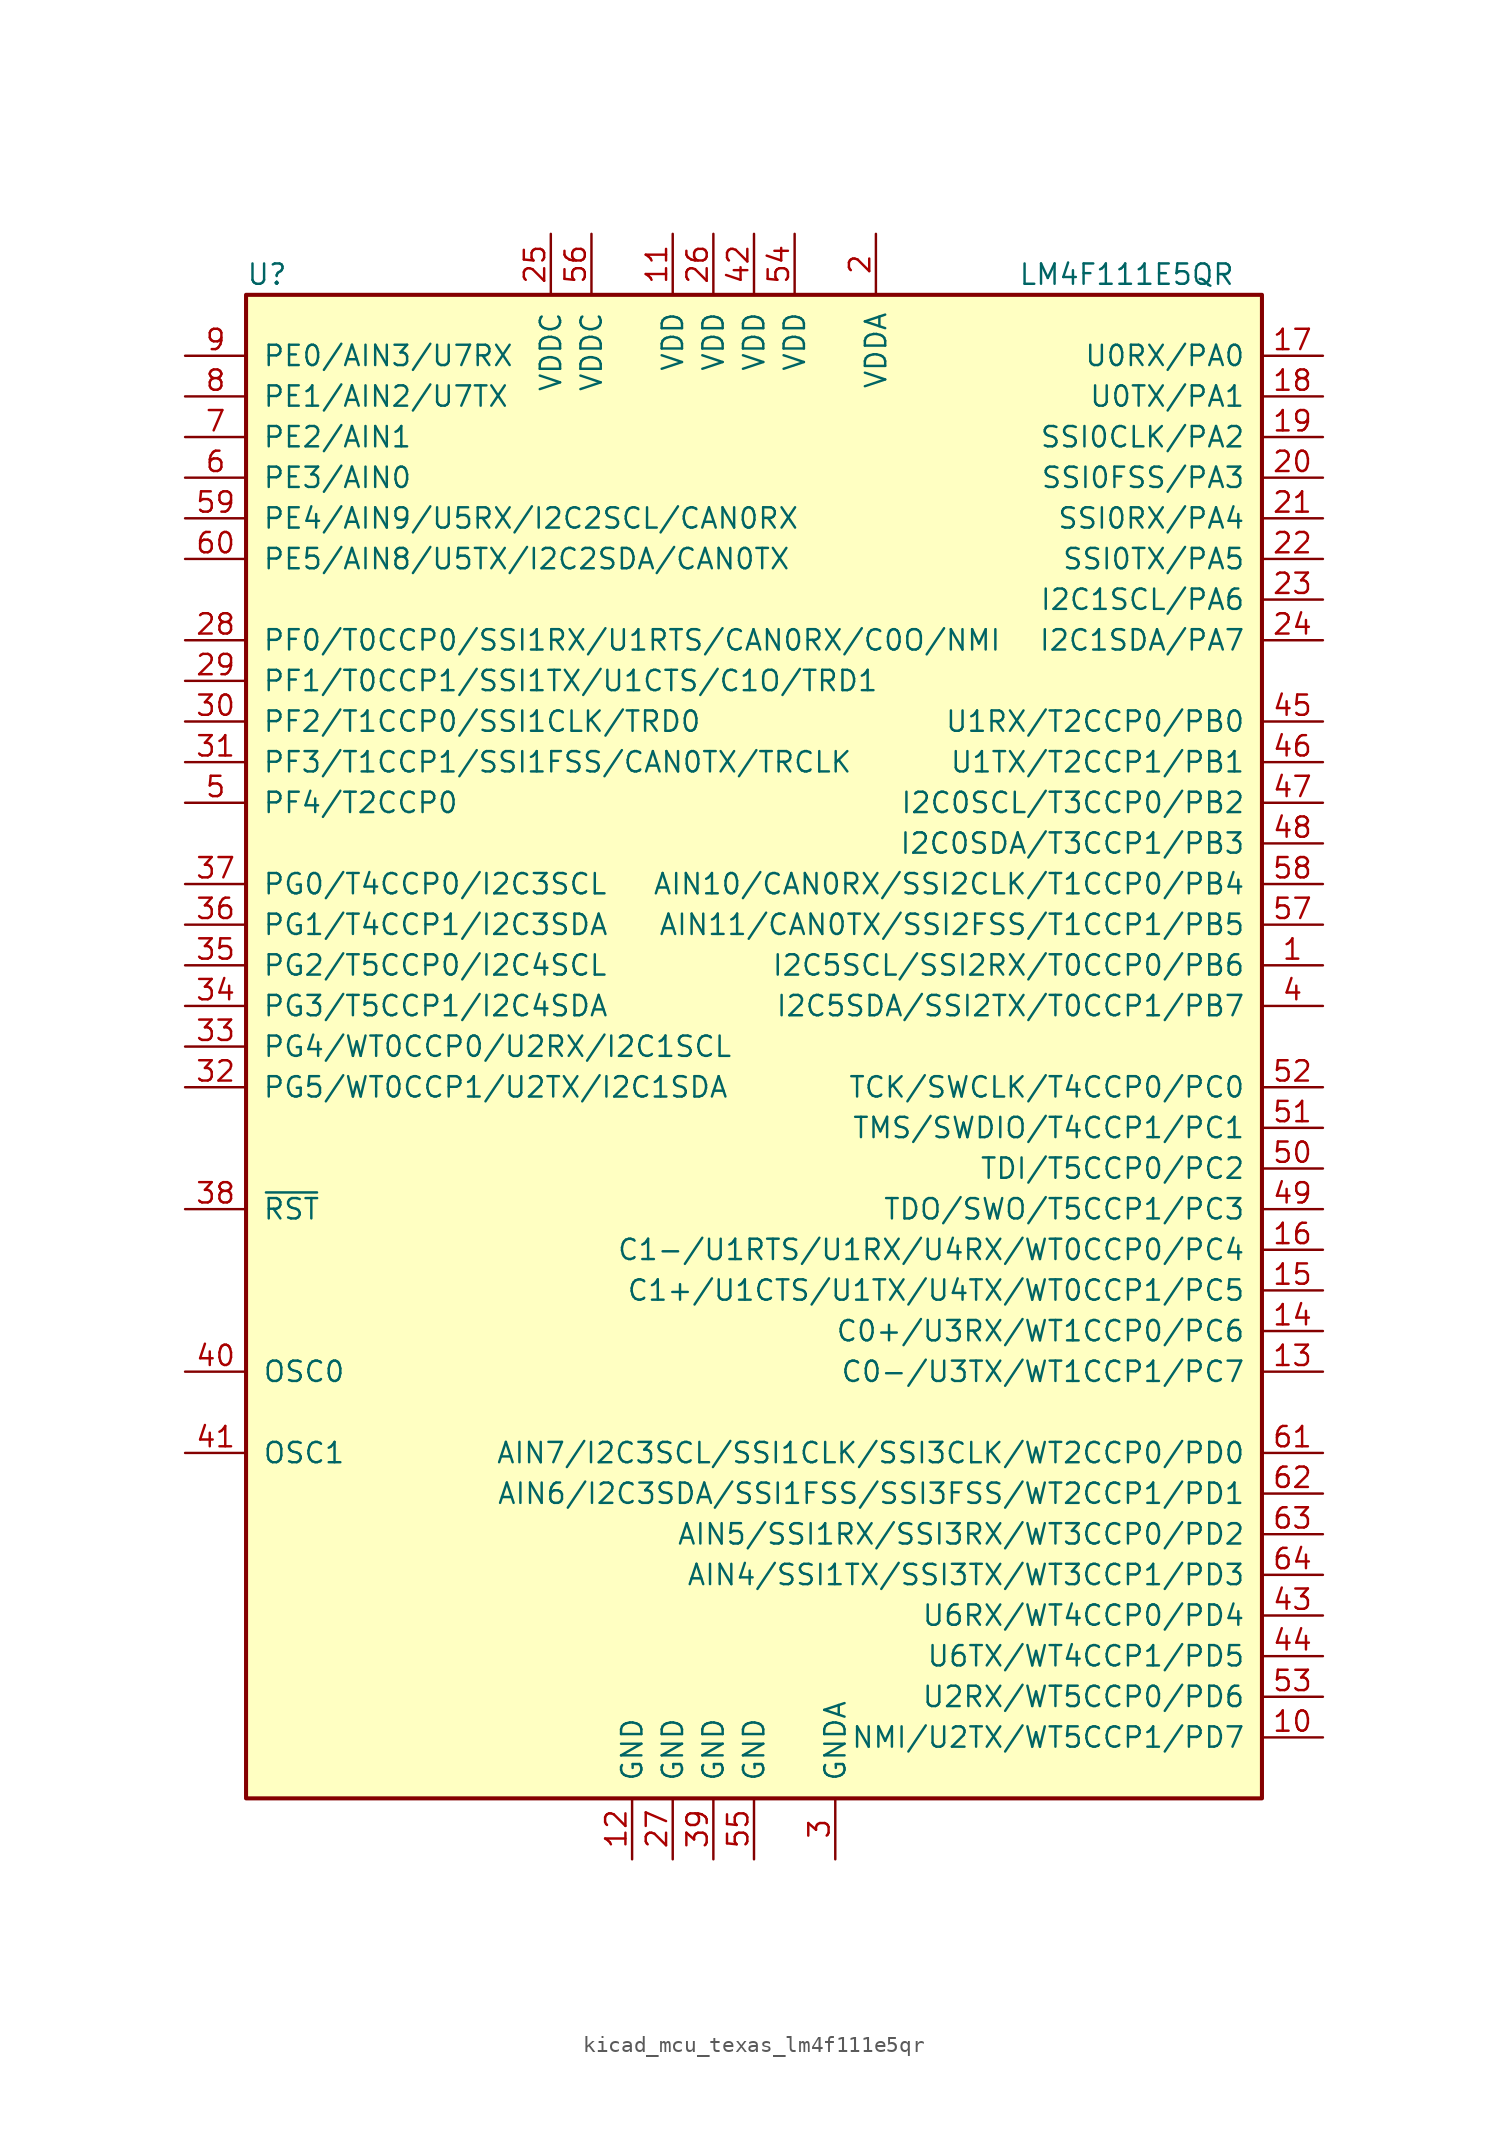
<source format=kicad_sym>
(kicad_symbol_lib
  (version 20220914)
  (generator kicad_symbol_editor)
  (symbol "kicad_mcu_texas_lm4f111e5qr"
    (pin_names
      (offset 1.016))
    (property "Reference" "U"
      (at -31.75 48.26 0)
      (effects (font (size 1.27 1.27)) (justify left)))
    (property "Value" "LM4F111E5QR"
      (at 16.51 48.26 0)
      (effects (font (size 1.27 1.27)) (justify left)))
    (symbol "kicad_mcu_texas_lm4f111e5qr_0_1"
      (rectangle (start -31.75 46.99) (end 31.75 -46.99) (stroke (width 0.254) (type default)) (fill (type background))))
    (symbol "kicad_mcu_texas_lm4f111e5qr_1_1"
      (pin bidirectional line (at 35.56 5.08 180) (length 3.81) (name "I2C5SCL/SSI2RX/T0CCP0/PB6" (effects (font (size 1.27 1.27)))) (number "1" (effects (font (size 1.27 1.27)))))
      (pin bidirectional line (at 35.56 -43.18 180) (length 3.81) (name "NMI/U2TX/WT5CCP1/PD7" (effects (font (size 1.27 1.27)))) (number "10" (effects (font (size 1.27 1.27)))))
      (pin power_in line (at -5.08 50.8 270) (length 3.81) (name "VDD" (effects (font (size 1.27 1.27)))) (number "11" (effects (font (size 1.27 1.27)))))
      (pin power_in line (at -7.62 -50.8 90) (length 3.81) (name "GND" (effects (font (size 1.27 1.27)))) (number "12" (effects (font (size 1.27 1.27)))))
      (pin bidirectional line (at 35.56 -20.32 180) (length 3.81) (name "C0-/U3TX/WT1CCP1/PC7" (effects (font (size 1.27 1.27)))) (number "13" (effects (font (size 1.27 1.27)))))
      (pin bidirectional line (at 35.56 -17.78 180) (length 3.81) (name "C0+/U3RX/WT1CCP0/PC6" (effects (font (size 1.27 1.27)))) (number "14" (effects (font (size 1.27 1.27)))))
      (pin bidirectional line (at 35.56 -15.24 180) (length 3.81) (name "C1+/U1CTS/U1TX/U4TX/WT0CCP1/PC5" (effects (font (size 1.27 1.27)))) (number "15" (effects (font (size 1.27 1.27)))))
      (pin bidirectional line (at 35.56 -12.7 180) (length 3.81) (name "C1-/U1RTS/U1RX/U4RX/WT0CCP0/PC4" (effects (font (size 1.27 1.27)))) (number "16" (effects (font (size 1.27 1.27)))))
      (pin bidirectional line (at 35.56 43.18 180) (length 3.81) (name "U0RX/PA0" (effects (font (size 1.27 1.27)))) (number "17" (effects (font (size 1.27 1.27)))))
      (pin bidirectional line (at 35.56 40.64 180) (length 3.81) (name "U0TX/PA1" (effects (font (size 1.27 1.27)))) (number "18" (effects (font (size 1.27 1.27)))))
      (pin bidirectional line (at 35.56 38.1 180) (length 3.81) (name "SSI0CLK/PA2" (effects (font (size 1.27 1.27)))) (number "19" (effects (font (size 1.27 1.27)))))
      (pin power_in line (at 7.62 50.8 270) (length 3.81) (name "VDDA" (effects (font (size 1.27 1.27)))) (number "2" (effects (font (size 1.27 1.27)))))
      (pin bidirectional line (at 35.56 35.56 180) (length 3.81) (name "SSI0FSS/PA3" (effects (font (size 1.27 1.27)))) (number "20" (effects (font (size 1.27 1.27)))))
      (pin bidirectional line (at 35.56 33.02 180) (length 3.81) (name "SSI0RX/PA4" (effects (font (size 1.27 1.27)))) (number "21" (effects (font (size 1.27 1.27)))))
      (pin bidirectional line (at 35.56 30.48 180) (length 3.81) (name "SSI0TX/PA5" (effects (font (size 1.27 1.27)))) (number "22" (effects (font (size 1.27 1.27)))))
      (pin bidirectional line (at 35.56 27.94 180) (length 3.81) (name "I2C1SCL/PA6" (effects (font (size 1.27 1.27)))) (number "23" (effects (font (size 1.27 1.27)))))
      (pin bidirectional line (at 35.56 25.4 180) (length 3.81) (name "I2C1SDA/PA7" (effects (font (size 1.27 1.27)))) (number "24" (effects (font (size 1.27 1.27)))))
      (pin power_in line (at -12.7 50.8 270) (length 3.81) (name "VDDC" (effects (font (size 1.27 1.27)))) (number "25" (effects (font (size 1.27 1.27)))))
      (pin power_in line (at -2.54 50.8 270) (length 3.81) (name "VDD" (effects (font (size 1.27 1.27)))) (number "26" (effects (font (size 1.27 1.27)))))
      (pin power_in line (at -5.08 -50.8 90) (length 3.81) (name "GND" (effects (font (size 1.27 1.27)))) (number "27" (effects (font (size 1.27 1.27)))))
      (pin bidirectional line (at -35.56 25.4 0) (length 3.81) (name "PF0/T0CCP0/SSI1RX/U1RTS/CAN0RX/C0O/NMI" (effects (font (size 1.27 1.27)))) (number "28" (effects (font (size 1.27 1.27)))))
      (pin bidirectional line (at -35.56 22.86 0) (length 3.81) (name "PF1/T0CCP1/SSI1TX/U1CTS/C1O/TRD1" (effects (font (size 1.27 1.27)))) (number "29" (effects (font (size 1.27 1.27)))))
      (pin power_in line (at 5.08 -50.8 90) (length 3.81) (name "GNDA" (effects (font (size 1.27 1.27)))) (number "3" (effects (font (size 1.27 1.27)))))
      (pin bidirectional line (at -35.56 20.32 0) (length 3.81) (name "PF2/T1CCP0/SSI1CLK/TRD0" (effects (font (size 1.27 1.27)))) (number "30" (effects (font (size 1.27 1.27)))))
      (pin bidirectional line (at -35.56 17.78 0) (length 3.81) (name "PF3/T1CCP1/SSI1FSS/CAN0TX/TRCLK" (effects (font (size 1.27 1.27)))) (number "31" (effects (font (size 1.27 1.27)))))
      (pin bidirectional line (at -35.56 -2.54 0) (length 3.81) (name "PG5/WT0CCP1/U2TX/I2C1SDA" (effects (font (size 1.27 1.27)))) (number "32" (effects (font (size 1.27 1.27)))))
      (pin bidirectional line (at -35.56 0 0) (length 3.81) (name "PG4/WT0CCP0/U2RX/I2C1SCL" (effects (font (size 1.27 1.27)))) (number "33" (effects (font (size 1.27 1.27)))))
      (pin bidirectional line (at -35.56 2.54 0) (length 3.81) (name "PG3/T5CCP1/I2C4SDA" (effects (font (size 1.27 1.27)))) (number "34" (effects (font (size 1.27 1.27)))))
      (pin bidirectional line (at -35.56 5.08 0) (length 3.81) (name "PG2/T5CCP0/I2C4SCL" (effects (font (size 1.27 1.27)))) (number "35" (effects (font (size 1.27 1.27)))))
      (pin bidirectional line (at -35.56 7.62 0) (length 3.81) (name "PG1/T4CCP1/I2C3SDA" (effects (font (size 1.27 1.27)))) (number "36" (effects (font (size 1.27 1.27)))))
      (pin bidirectional line (at -35.56 10.16 0) (length 3.81) (name "PG0/T4CCP0/I2C3SCL" (effects (font (size 1.27 1.27)))) (number "37" (effects (font (size 1.27 1.27)))))
      (pin input line (at -35.56 -10.16 0) (length 3.81) (name "~{RST}" (effects (font (size 1.27 1.27)))) (number "38" (effects (font (size 1.27 1.27)))))
      (pin power_in line (at -2.54 -50.8 90) (length 3.81) (name "GND" (effects (font (size 1.27 1.27)))) (number "39" (effects (font (size 1.27 1.27)))))
      (pin bidirectional line (at 35.56 2.54 180) (length 3.81) (name "I2C5SDA/SSI2TX/T0CCP1/PB7" (effects (font (size 1.27 1.27)))) (number "4" (effects (font (size 1.27 1.27)))))
      (pin passive line (at -35.56 -20.32 0) (length 3.81) (name "OSC0" (effects (font (size 1.27 1.27)))) (number "40" (effects (font (size 1.27 1.27)))))
      (pin passive line (at -35.56 -25.4 0) (length 3.81) (name "OSC1" (effects (font (size 1.27 1.27)))) (number "41" (effects (font (size 1.27 1.27)))))
      (pin power_in line (at 0 50.8 270) (length 3.81) (name "VDD" (effects (font (size 1.27 1.27)))) (number "42" (effects (font (size 1.27 1.27)))))
      (pin bidirectional line (at 35.56 -35.56 180) (length 3.81) (name "U6RX/WT4CCP0/PD4" (effects (font (size 1.27 1.27)))) (number "43" (effects (font (size 1.27 1.27)))))
      (pin bidirectional line (at 35.56 -38.1 180) (length 3.81) (name "U6TX/WT4CCP1/PD5" (effects (font (size 1.27 1.27)))) (number "44" (effects (font (size 1.27 1.27)))))
      (pin bidirectional line (at 35.56 20.32 180) (length 3.81) (name "U1RX/T2CCP0/PB0" (effects (font (size 1.27 1.27)))) (number "45" (effects (font (size 1.27 1.27)))))
      (pin bidirectional line (at 35.56 17.78 180) (length 3.81) (name "U1TX/T2CCP1/PB1" (effects (font (size 1.27 1.27)))) (number "46" (effects (font (size 1.27 1.27)))))
      (pin bidirectional line (at 35.56 15.24 180) (length 3.81) (name "I2C0SCL/T3CCP0/PB2" (effects (font (size 1.27 1.27)))) (number "47" (effects (font (size 1.27 1.27)))))
      (pin bidirectional line (at 35.56 12.7 180) (length 3.81) (name "I2C0SDA/T3CCP1/PB3" (effects (font (size 1.27 1.27)))) (number "48" (effects (font (size 1.27 1.27)))))
      (pin bidirectional line (at 35.56 -10.16 180) (length 3.81) (name "TDO/SWO/T5CCP1/PC3" (effects (font (size 1.27 1.27)))) (number "49" (effects (font (size 1.27 1.27)))))
      (pin bidirectional line (at -35.56 15.24 0) (length 3.81) (name "PF4/T2CCP0" (effects (font (size 1.27 1.27)))) (number "5" (effects (font (size 1.27 1.27)))))
      (pin bidirectional line (at 35.56 -7.62 180) (length 3.81) (name "TDI/T5CCP0/PC2" (effects (font (size 1.27 1.27)))) (number "50" (effects (font (size 1.27 1.27)))))
      (pin bidirectional line (at 35.56 -5.08 180) (length 3.81) (name "TMS/SWDIO/T4CCP1/PC1" (effects (font (size 1.27 1.27)))) (number "51" (effects (font (size 1.27 1.27)))))
      (pin bidirectional line (at 35.56 -2.54 180) (length 3.81) (name "TCK/SWCLK/T4CCP0/PC0" (effects (font (size 1.27 1.27)))) (number "52" (effects (font (size 1.27 1.27)))))
      (pin bidirectional line (at 35.56 -40.64 180) (length 3.81) (name "U2RX/WT5CCP0/PD6" (effects (font (size 1.27 1.27)))) (number "53" (effects (font (size 1.27 1.27)))))
      (pin power_in line (at 2.54 50.8 270) (length 3.81) (name "VDD" (effects (font (size 1.27 1.27)))) (number "54" (effects (font (size 1.27 1.27)))))
      (pin power_in line (at 0 -50.8 90) (length 3.81) (name "GND" (effects (font (size 1.27 1.27)))) (number "55" (effects (font (size 1.27 1.27)))))
      (pin power_in line (at -10.16 50.8 270) (length 3.81) (name "VDDC" (effects (font (size 1.27 1.27)))) (number "56" (effects (font (size 1.27 1.27)))))
      (pin bidirectional line (at 35.56 7.62 180) (length 3.81) (name "AIN11/CAN0TX/SSI2FSS/T1CCP1/PB5" (effects (font (size 1.27 1.27)))) (number "57" (effects (font (size 1.27 1.27)))))
      (pin bidirectional line (at 35.56 10.16 180) (length 3.81) (name "AIN10/CAN0RX/SSI2CLK/T1CCP0/PB4" (effects (font (size 1.27 1.27)))) (number "58" (effects (font (size 1.27 1.27)))))
      (pin bidirectional line (at -35.56 33.02 0) (length 3.81) (name "PE4/AIN9/U5RX/I2C2SCL/CAN0RX" (effects (font (size 1.27 1.27)))) (number "59" (effects (font (size 1.27 1.27)))))
      (pin bidirectional line (at -35.56 35.56 0) (length 3.81) (name "PE3/AIN0" (effects (font (size 1.27 1.27)))) (number "6" (effects (font (size 1.27 1.27)))))
      (pin bidirectional line (at -35.56 30.48 0) (length 3.81) (name "PE5/AIN8/U5TX/I2C2SDA/CAN0TX" (effects (font (size 1.27 1.27)))) (number "60" (effects (font (size 1.27 1.27)))))
      (pin bidirectional line (at 35.56 -25.4 180) (length 3.81) (name "AIN7/I2C3SCL/SSI1CLK/SSI3CLK/WT2CCP0/PD0" (effects (font (size 1.27 1.27)))) (number "61" (effects (font (size 1.27 1.27)))))
      (pin bidirectional line (at 35.56 -27.94 180) (length 3.81) (name "AIN6/I2C3SDA/SSI1FSS/SSI3FSS/WT2CCP1/PD1" (effects (font (size 1.27 1.27)))) (number "62" (effects (font (size 1.27 1.27)))))
      (pin bidirectional line (at 35.56 -30.48 180) (length 3.81) (name "AIN5/SSI1RX/SSI3RX/WT3CCP0/PD2" (effects (font (size 1.27 1.27)))) (number "63" (effects (font (size 1.27 1.27)))))
      (pin bidirectional line (at 35.56 -33.02 180) (length 3.81) (name "AIN4/SSI1TX/SSI3TX/WT3CCP1/PD3" (effects (font (size 1.27 1.27)))) (number "64" (effects (font (size 1.27 1.27)))))
      (pin bidirectional line (at -35.56 38.1 0) (length 3.81) (name "PE2/AIN1" (effects (font (size 1.27 1.27)))) (number "7" (effects (font (size 1.27 1.27)))))
      (pin bidirectional line (at -35.56 40.64 0) (length 3.81) (name "PE1/AIN2/U7TX" (effects (font (size 1.27 1.27)))) (number "8" (effects (font (size 1.27 1.27)))))
      (pin bidirectional line (at -35.56 43.18 0) (length 3.81) (name "PE0/AIN3/U7RX" (effects (font (size 1.27 1.27)))) (number "9" (effects (font (size 1.27 1.27))))))))
</source>
